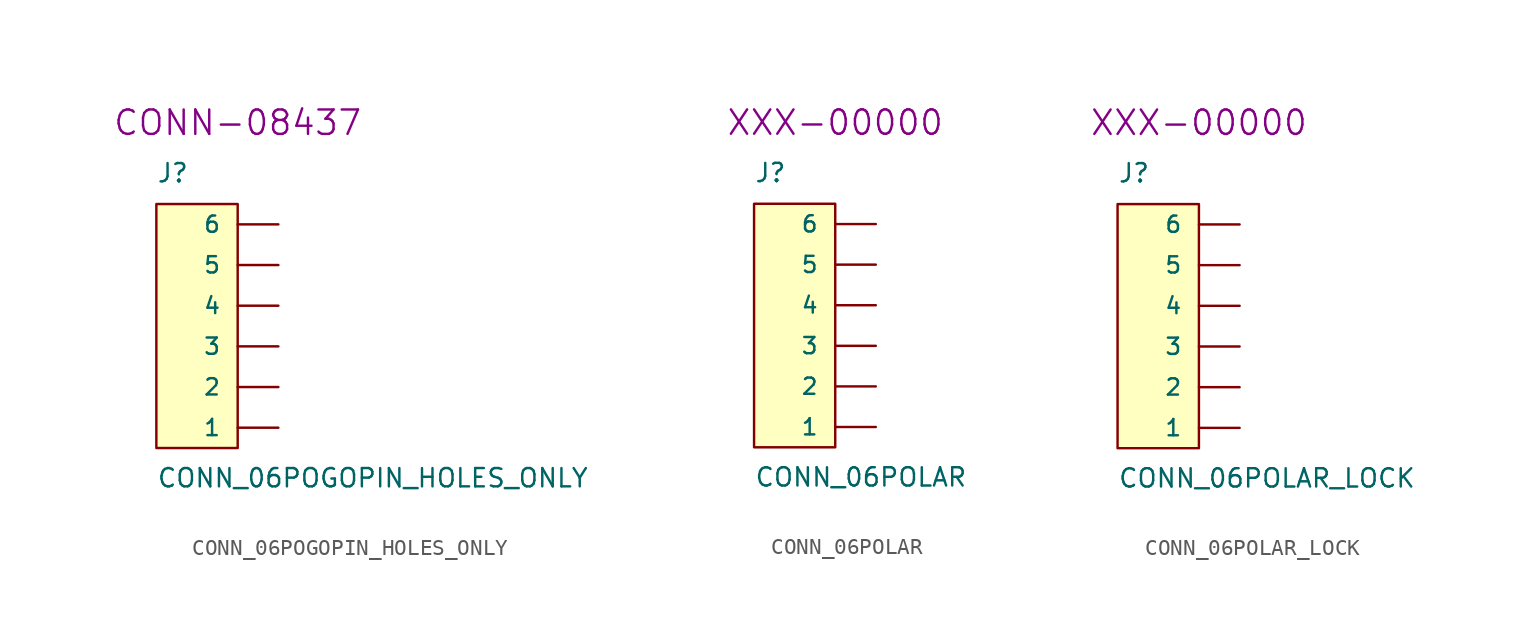
<source format=kicad_sym>
(kicad_symbol_lib
  (version 20201005)
  (generator kicad_symbol_editor)
  (symbol "CONN_06POGOPIN_HOLES_ONLY"
    (pin_numbers hide)
    (pin_names
      (offset 1.016))
    (property "Reference" "J"
      (at -5.08 15.24 0)
      (effects (font (size 1.143 1.143)) (justify left bottom)))
    (property "Value" "CONN_06POGOPIN_HOLES_ONLY"
      (at -5.08 -3.81 0)
      (effects (font (size 1.143 1.143)) (justify left bottom)))
    (property "Field4" "CONN-08437"
      (at 0 19.05 0)
      (effects (font (size 1.524 1.524))))
    (property "ki_locked" ""
      (at 0 0 0)
      (effects (font (size 1.27 1.27))))
    (symbol "CONN_06POGOPIN_HOLES_ONLY_0_1"
      (rectangle (start 0 -1.27) (end -5.08 13.97) (stroke (width 0)) (fill (type background))))
    (symbol "CONN_06POGOPIN_HOLES_ONLY_1_1"
      (pin passive line (at 2.54 0 180) (length 2.54) (name "1" (effects (font (size 1.016 1.016)))) (number "1" (effects (font (size 1.016 1.016)))))
      (pin passive line (at 2.54 2.54 180) (length 2.54) (name "2" (effects (font (size 1.016 1.016)))) (number "2" (effects (font (size 1.016 1.016)))))
      (pin passive line (at 2.54 5.08 180) (length 2.54) (name "3" (effects (font (size 1.016 1.016)))) (number "3" (effects (font (size 1.016 1.016)))))
      (pin passive line (at 2.54 7.62 180) (length 2.54) (name "4" (effects (font (size 1.016 1.016)))) (number "4" (effects (font (size 1.016 1.016)))))
      (pin passive line (at 2.54 10.16 180) (length 2.54) (name "5" (effects (font (size 1.016 1.016)))) (number "5" (effects (font (size 1.016 1.016)))))
      (pin passive line (at 2.54 12.7 180) (length 2.54) (name "6" (effects (font (size 1.016 1.016)))) (number "6" (effects (font (size 1.016 1.016)))))))
  (symbol "CONN_06POLAR"
    (pin_numbers hide)
    (pin_names
      (offset 1.016))
    (property "Reference" "J"
      (at -5.08 15.24 0)
      (effects (font (size 1.143 1.143)) (justify left bottom)))
    (property "Value" "CONN_06POLAR"
      (at -5.08 -3.81 0)
      (effects (font (size 1.143 1.143)) (justify left bottom)))
    (property "Field4" "XXX-00000"
      (at 0 19.05 0)
      (effects (font (size 1.524 1.524))))
    (property "ki_locked" ""
      (at 0 0 0)
      (effects (font (size 1.27 1.27))))
    (symbol "CONN_06POLAR_0_1"
      (rectangle (start 0 -1.27) (end -5.08 13.97) (stroke (width 0)) (fill (type background))))
    (symbol "CONN_06POLAR_1_1"
      (pin passive line (at 2.54 0 180) (length 2.54) (name "1" (effects (font (size 1.016 1.016)))) (number "1" (effects (font (size 1.016 1.016)))))
      (pin passive line (at 2.54 2.54 180) (length 2.54) (name "2" (effects (font (size 1.016 1.016)))) (number "2" (effects (font (size 1.016 1.016)))))
      (pin passive line (at 2.54 5.08 180) (length 2.54) (name "3" (effects (font (size 1.016 1.016)))) (number "3" (effects (font (size 1.016 1.016)))))
      (pin passive line (at 2.54 7.62 180) (length 2.54) (name "4" (effects (font (size 1.016 1.016)))) (number "4" (effects (font (size 1.016 1.016)))))
      (pin passive line (at 2.54 10.16 180) (length 2.54) (name "5" (effects (font (size 1.016 1.016)))) (number "5" (effects (font (size 1.016 1.016)))))
      (pin passive line (at 2.54 12.7 180) (length 2.54) (name "6" (effects (font (size 1.016 1.016)))) (number "6" (effects (font (size 1.016 1.016)))))))
  (symbol "CONN_06POLAR_LOCK"
    (pin_numbers hide)
    (pin_names
      (offset 1.016))
    (property "Reference" "J"
      (at -5.08 15.24 0)
      (effects (font (size 1.143 1.143)) (justify left bottom)))
    (property "Value" "CONN_06POLAR_LOCK"
      (at -5.08 -3.81 0)
      (effects (font (size 1.143 1.143)) (justify left bottom)))
    (property "Field4" "XXX-00000"
      (at 0 19.05 0)
      (effects (font (size 1.524 1.524))))
    (property "ki_locked" ""
      (at 0 0 0)
      (effects (font (size 1.27 1.27))))
    (symbol "CONN_06POLAR_LOCK_0_1"
      (rectangle (start 0 -1.27) (end -5.08 13.97) (stroke (width 0)) (fill (type background))))
    (symbol "CONN_06POLAR_LOCK_1_1"
      (pin passive line (at 2.54 0 180) (length 2.54) (name "1" (effects (font (size 1.016 1.016)))) (number "1" (effects (font (size 1.016 1.016)))))
      (pin passive line (at 2.54 2.54 180) (length 2.54) (name "2" (effects (font (size 1.016 1.016)))) (number "2" (effects (font (size 1.016 1.016)))))
      (pin passive line (at 2.54 5.08 180) (length 2.54) (name "3" (effects (font (size 1.016 1.016)))) (number "3" (effects (font (size 1.016 1.016)))))
      (pin passive line (at 2.54 7.62 180) (length 2.54) (name "4" (effects (font (size 1.016 1.016)))) (number "4" (effects (font (size 1.016 1.016)))))
      (pin passive line (at 2.54 10.16 180) (length 2.54) (name "5" (effects (font (size 1.016 1.016)))) (number "5" (effects (font (size 1.016 1.016)))))
      (pin passive line (at 2.54 12.7 180) (length 2.54) (name "6" (effects (font (size 1.016 1.016)))) (number "6" (effects (font (size 1.016 1.016))))))))
</source>
